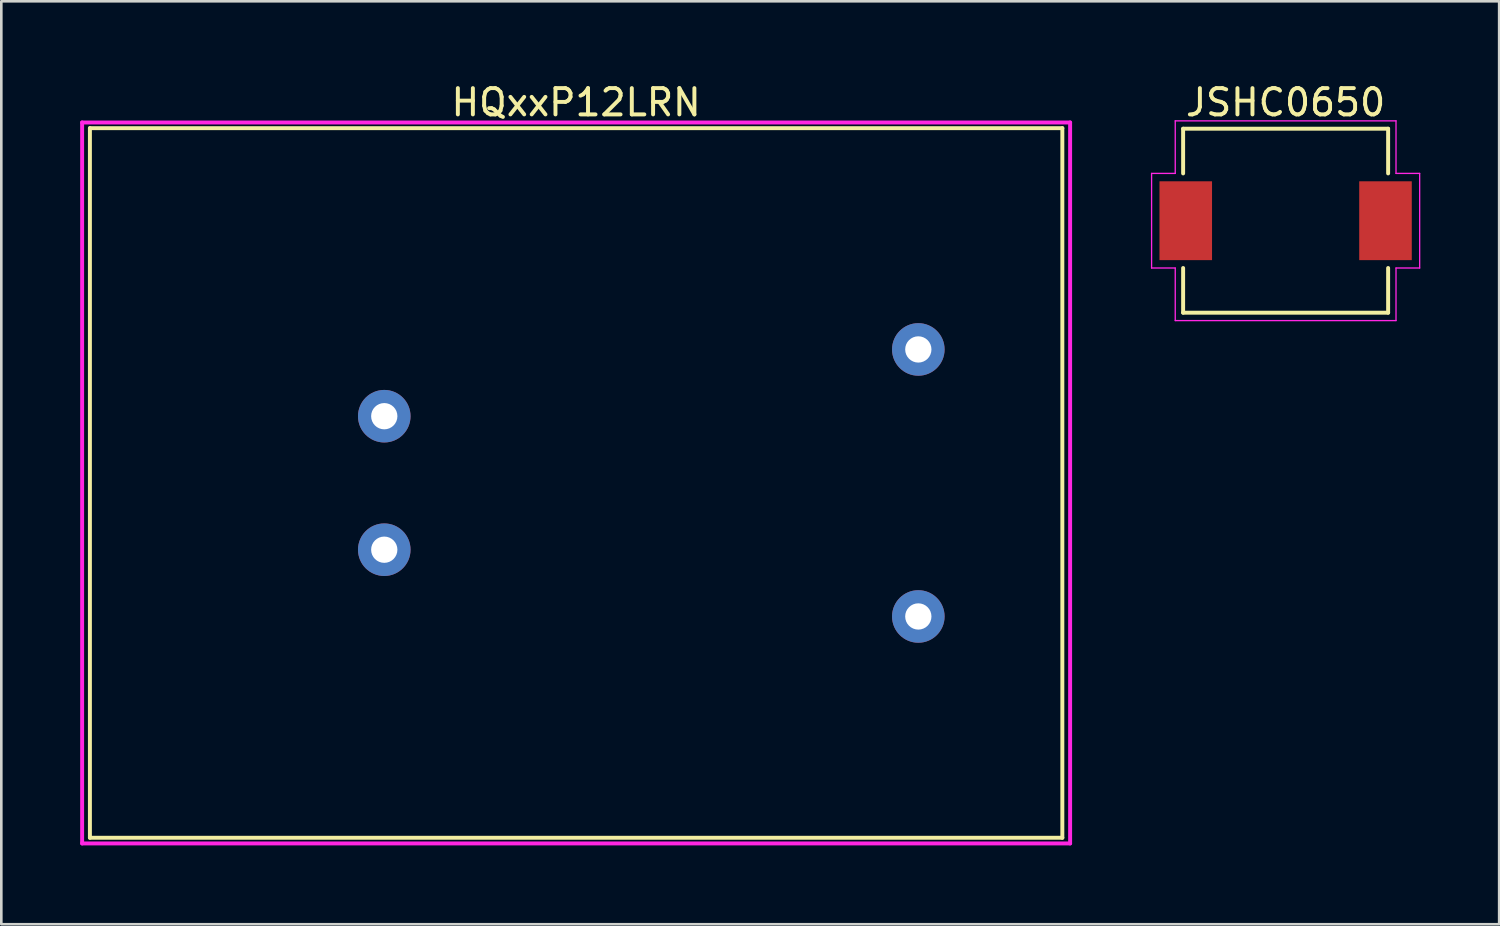
<source format=kicad_pcb>
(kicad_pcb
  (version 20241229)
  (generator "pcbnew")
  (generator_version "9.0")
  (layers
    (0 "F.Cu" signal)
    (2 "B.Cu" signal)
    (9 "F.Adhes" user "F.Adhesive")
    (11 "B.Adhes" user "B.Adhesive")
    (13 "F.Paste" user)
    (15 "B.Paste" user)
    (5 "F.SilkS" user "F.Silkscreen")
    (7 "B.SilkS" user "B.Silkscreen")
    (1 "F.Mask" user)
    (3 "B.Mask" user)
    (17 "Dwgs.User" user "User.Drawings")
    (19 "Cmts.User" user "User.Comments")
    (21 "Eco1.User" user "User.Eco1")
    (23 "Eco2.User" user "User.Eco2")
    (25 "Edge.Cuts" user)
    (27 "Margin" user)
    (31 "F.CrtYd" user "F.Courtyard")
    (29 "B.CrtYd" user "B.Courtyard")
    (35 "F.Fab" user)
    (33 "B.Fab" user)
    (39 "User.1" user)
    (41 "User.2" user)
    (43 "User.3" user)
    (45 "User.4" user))
  (footprint "HQxxP12LRN"
    (layer "F.Cu")
    (at 18.871 15.326)
    (property "Reference" "HQxxP12LRN" (at 0 -14.478 0) (layer "F.SilkS") (effects (font (size 1 1) (thickness 0.15))))
    (attr through_hole)
    (fp_line (start -18.5 -13.5) (end -18.5 13.5) (stroke (width 0.15) (type solid)) (layer "F.SilkS"))
    (fp_line (start -18.5 -13.5) (end 18.5 -13.5) (stroke (width 0.15) (type solid)) (layer "F.SilkS"))
    (fp_line (start -18.5 13.5) (end 18.5 13.5) (stroke (width 0.15) (type solid)) (layer "F.SilkS"))
    (fp_line (start 18.5 -13.5) (end 18.5 13.5) (stroke (width 0.15) (type solid)) (layer "F.SilkS"))
    (fp_line (start -18.796 -13.716) (end 18.796 -13.716) (stroke (width 0.15) (type solid)) (layer "F.CrtYd"))
    (fp_line (start -18.796 13.716) (end -18.796 -13.716) (stroke (width 0.15) (type solid)) (layer "F.CrtYd"))
    (fp_line (start 18.796 -13.716) (end 18.796 13.716) (stroke (width 0.15) (type solid)) (layer "F.CrtYd"))
    (fp_line (start 18.796 13.716) (end -18.796 13.716) (stroke (width 0.15) (type solid)) (layer "F.CrtYd"))
    (pad "1" thru_hole circle (at -7.3 -2.54) (size 2 2) (drill 1) (layers "*.Cu" "*.Mask"))
    (pad "2" thru_hole circle (at -7.3 2.54) (size 2 2) (drill 1) (layers "*.Cu" "*.Mask"))
    (pad "3" thru_hole circle (at 13.02 -5.08) (size 2 2) (drill 1) (layers "*.Cu" "*.Mask"))
    (pad "5" thru_hole circle (at 13.02 5.08) (size 2 2) (drill 1) (layers "*.Cu" "*.Mask")))
  (footprint "JSHC0650"
    (layer "F.Cu")
    (at 45.867 5.348)
    (property "Reference" "JSHC0650" (at 0 -4.5 0) (layer "F.SilkS") (effects (font (size 1 1) (thickness 0.15))))
    (attr through_hole)
    (fp_line (start -3.9 -3.5) (end -3.9 -1.8) (stroke (width 0.15) (type solid)) (layer "F.SilkS"))
    (fp_line (start -3.9 -3.5) (end 3.9 -3.5) (stroke (width 0.15) (type solid)) (layer "F.SilkS"))
    (fp_line (start -3.9 1.8) (end -3.9 3.5) (stroke (width 0.15) (type solid)) (layer "F.SilkS"))
    (fp_line (start -3.9 3.5) (end 3.9 3.5) (stroke (width 0.15) (type solid)) (layer "F.SilkS"))
    (fp_line (start 3.9 -3.5) (end 3.9 -1.8) (stroke (width 0.15) (type solid)) (layer "F.SilkS"))
    (fp_line (start 3.9 3.5) (end 3.9 1.8) (stroke (width 0.15) (type solid)) (layer "F.SilkS"))
    (fp_line (start -5.1 -1.8) (end -4.2 -1.8) (stroke (width 0.05) (type solid)) (layer "F.CrtYd"))
    (fp_line (start -5.1 1.8) (end -5.1 -1.8) (stroke (width 0.05) (type solid)) (layer "F.CrtYd"))
    (fp_line (start -4.2 -3.8) (end 4.2 -3.8) (stroke (width 0.05) (type solid)) (layer "F.CrtYd"))
    (fp_line (start -4.2 -1.8) (end -4.2 -3.8) (stroke (width 0.05) (type solid)) (layer "F.CrtYd"))
    (fp_line (start -4.2 1.8) (end -5.1 1.8) (stroke (width 0.05) (type solid)) (layer "F.CrtYd"))
    (fp_line (start -4.2 3.8) (end -4.2 1.8) (stroke (width 0.05) (type solid)) (layer "F.CrtYd"))
    (fp_line (start 4.2 -3.8) (end 4.2 -1.8) (stroke (width 0.05) (type solid)) (layer "F.CrtYd"))
    (fp_line (start 4.2 -1.8) (end 5.1 -1.8) (stroke (width 0.05) (type solid)) (layer "F.CrtYd"))
    (fp_line (start 4.2 1.8) (end 4.2 3.8) (stroke (width 0.05) (type solid)) (layer "F.CrtYd"))
    (fp_line (start 4.2 3.8) (end -4.2 3.8) (stroke (width 0.05) (type solid)) (layer "F.CrtYd"))
    (fp_line (start 5.1 -1.8) (end 5.1 1.8) (stroke (width 0.05) (type solid)) (layer "F.CrtYd"))
    (fp_line (start 5.1 1.8) (end 4.2 1.8) (stroke (width 0.05) (type solid)) (layer "F.CrtYd"))
    (pad "1" smd rect (at -3.8 0) (size 2 3) (layers "F.Cu" "F.Mask" "F.Paste"))
    (pad "2" smd rect (at 3.8 0) (size 2 3) (layers "F.Cu" "F.Mask" "F.Paste")))
  (gr_rect
    (start -3 -3)
    (end 53.992 32.117)
    (stroke (width 0.1) (type default))
    (fill no)
    (layer "Edge.Cuts")))
</source>
